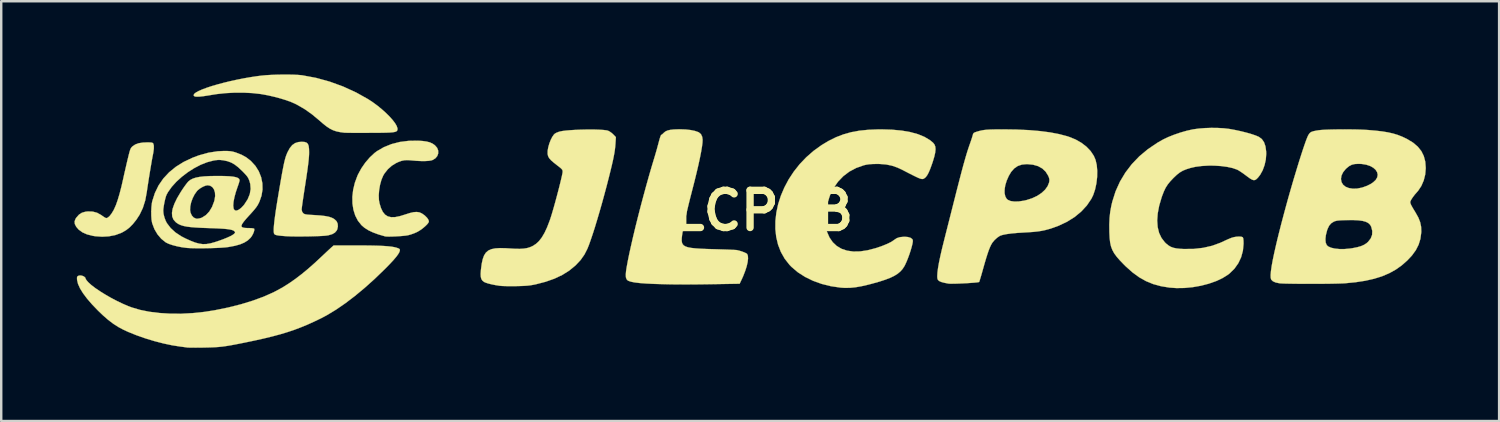
<source format=kicad_pcb>
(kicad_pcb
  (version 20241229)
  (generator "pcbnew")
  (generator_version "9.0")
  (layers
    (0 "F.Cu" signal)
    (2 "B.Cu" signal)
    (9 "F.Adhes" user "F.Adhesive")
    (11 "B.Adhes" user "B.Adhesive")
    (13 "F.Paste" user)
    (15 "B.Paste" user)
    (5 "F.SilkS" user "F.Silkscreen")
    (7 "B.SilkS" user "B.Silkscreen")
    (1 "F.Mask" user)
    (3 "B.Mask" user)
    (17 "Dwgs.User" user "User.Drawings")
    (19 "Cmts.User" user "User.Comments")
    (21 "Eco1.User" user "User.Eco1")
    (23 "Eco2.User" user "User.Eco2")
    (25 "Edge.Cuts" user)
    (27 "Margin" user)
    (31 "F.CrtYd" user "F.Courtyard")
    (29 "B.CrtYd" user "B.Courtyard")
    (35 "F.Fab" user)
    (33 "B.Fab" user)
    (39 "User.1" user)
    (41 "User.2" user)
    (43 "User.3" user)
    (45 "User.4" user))
  (footprint "JLCPCB"
    (layer "F.Cu")
    (at 27.638 5.58)
    (property "Reference" "JLCPCB" (at 0 0 0) (layer "F.SilkS") (effects (font (size 1.524 1.524) (thickness 0.3))))
    (attr through_hole)
    (fp_poly (pts (xy -24.559 -2.796) (xy -24.486 -2.791) (xy -24.443 -2.78) (xy -24.418 -2.762) (xy -24.409 -2.748) (xy -24.387 -2.664) (xy -24.387 -2.54) (xy -24.408 -2.381) (xy -24.419 -2.322) (xy -24.44 -2.216) (xy -24.467 -2.07) (xy -24.497 -1.894) (xy -24.53 -1.698) (xy -24.564 -1.492) (xy -24.597 -1.287) (xy -24.627 -1.092) (xy -24.654 -0.918) (xy -24.674 -0.775) (xy -24.675 -0.767) (xy -24.739 -0.421) (xy -24.837 -0.111) (xy -24.969 0.165) (xy -25.102 0.369) (xy -25.242 0.544) (xy -25.375 0.681) (xy -25.514 0.791) (xy -25.669 0.883) (xy -25.737 0.916) (xy -25.969 1) (xy -26.229 1.05) (xy -26.506 1.066) (xy -26.788 1.046) (xy -26.887 1.03) (xy -27.122 0.971) (xy -27.314 0.886) (xy -27.466 0.775) (xy -27.567 0.657) (xy -27.624 0.544) (xy -27.633 0.44) (xy -27.594 0.334) (xy -27.561 0.284) (xy -27.454 0.163) (xy -27.333 0.084) (xy -27.187 0.042) (xy -27.093 0.031) (xy -26.892 0.037) (xy -26.711 0.085) (xy -26.541 0.179) (xy -26.504 0.207) (xy -26.43 0.258) (xy -26.367 0.294) (xy -26.333 0.305) (xy -26.271 0.282) (xy -26.197 0.218) (xy -26.119 0.118) (xy -26.04 -0.011) (xy -26.018 -0.054) (xy -25.942 -0.224) (xy -25.867 -0.436) (xy -25.791 -0.691) (xy -25.713 -0.992) (xy -25.64 -1.312) (xy -25.6 -1.496) (xy -25.552 -1.704) (xy -25.504 -1.913) (xy -25.46 -2.101) (xy -25.448 -2.148) (xy -25.411 -2.3) (xy -25.382 -2.411) (xy -25.357 -2.49) (xy -25.334 -2.545) (xy -25.309 -2.584) (xy -25.278 -2.618) (xy -25.256 -2.638) (xy -25.145 -2.713) (xy -25.009 -2.763) (xy -24.838 -2.79) (xy -24.672 -2.797) (xy -24.559 -2.796)) (stroke (width 0.01) (type solid)) (fill yes) (layer "F.SilkS"))
    (fp_poly (pts (xy -18.887 -5.575) (xy -18.672 -5.571) (xy -18.484 -5.562) (xy -18.334 -5.549) (xy -18.306 -5.545) (xy -17.741 -5.44) (xy -17.18 -5.285) (xy -16.63 -5.085) (xy -16.096 -4.84) (xy -15.612 -4.569) (xy -15.421 -4.444) (xy -15.233 -4.306) (xy -15.053 -4.159) (xy -14.885 -4.009) (xy -14.735 -3.86) (xy -14.607 -3.718) (xy -14.507 -3.586) (xy -14.439 -3.471) (xy -14.408 -3.377) (xy -14.406 -3.361) (xy -14.407 -3.321) (xy -14.415 -3.288) (xy -14.435 -3.262) (xy -14.47 -3.24) (xy -14.525 -3.224) (xy -14.605 -3.211) (xy -14.714 -3.202) (xy -14.856 -3.196) (xy -15.035 -3.192) (xy -15.257 -3.19) (xy -15.524 -3.189) (xy -15.548 -3.189) (xy -15.765 -3.188) (xy -15.97 -3.188) (xy -16.155 -3.188) (xy -16.315 -3.189) (xy -16.443 -3.191) (xy -16.532 -3.192) (xy -16.577 -3.194) (xy -16.757 -3.218) (xy -16.909 -3.25) (xy -17.045 -3.296) (xy -17.175 -3.361) (xy -17.309 -3.449) (xy -17.458 -3.567) (xy -17.605 -3.695) (xy -17.903 -3.943) (xy -18.198 -4.153) (xy -18.507 -4.333) (xy -18.599 -4.38) (xy -18.765 -4.453) (xy -18.972 -4.528) (xy -19.206 -4.6) (xy -19.456 -4.666) (xy -19.712 -4.725) (xy -19.961 -4.771) (xy -20.019 -4.78) (xy -20.352 -4.817) (xy -20.715 -4.835) (xy -21.09 -4.834) (xy -21.461 -4.814) (xy -21.811 -4.776) (xy -21.937 -4.756) (xy -22.169 -4.718) (xy -22.355 -4.69) (xy -22.501 -4.674) (xy -22.609 -4.669) (xy -22.684 -4.674) (xy -22.731 -4.69) (xy -22.753 -4.717) (xy -22.756 -4.737) (xy -22.731 -4.787) (xy -22.661 -4.842) (xy -22.55 -4.903) (xy -22.401 -4.968) (xy -22.221 -5.035) (xy -22.012 -5.104) (xy -21.78 -5.172) (xy -21.529 -5.239) (xy -21.263 -5.304) (xy -20.988 -5.364) (xy -20.707 -5.42) (xy -20.425 -5.469) (xy -20.146 -5.511) (xy -19.966 -5.533) (xy -19.785 -5.55) (xy -19.576 -5.562) (xy -19.349 -5.571) (xy -19.116 -5.575) (xy -18.887 -5.575)) (stroke (width 0.01) (type solid)) (fill yes) (layer "F.SilkS"))
    (fp_poly (pts (xy -18.214 -2.815) (xy -18.133 -2.789) (xy -18.078 -2.737) (xy -18.045 -2.653) (xy -18.03 -2.531) (xy -18.027 -2.404) (xy -18.028 -2.312) (xy -18.034 -2.21) (xy -18.044 -2.091) (xy -18.059 -1.952) (xy -18.08 -1.787) (xy -18.107 -1.59) (xy -18.141 -1.357) (xy -18.183 -1.083) (xy -18.216 -0.873) (xy -18.245 -0.681) (xy -18.272 -0.501) (xy -18.295 -0.341) (xy -18.314 -0.208) (xy -18.326 -0.109) (xy -18.332 -0.052) (xy -18.332 -0.045) (xy -18.31 0.049) (xy -18.269 0.1) (xy -18.243 0.123) (xy -18.21 0.139) (xy -18.164 0.151) (xy -18.095 0.161) (xy -17.995 0.169) (xy -17.856 0.177) (xy -17.793 0.181) (xy -17.556 0.197) (xy -17.364 0.22) (xy -17.211 0.25) (xy -17.091 0.291) (xy -16.997 0.343) (xy -16.924 0.408) (xy -16.898 0.44) (xy -16.856 0.534) (xy -16.848 0.648) (xy -16.873 0.764) (xy -16.898 0.815) (xy -16.97 0.898) (xy -17.079 0.961) (xy -17.231 1.006) (xy -17.289 1.016) (xy -17.375 1.026) (xy -17.503 1.035) (xy -17.664 1.042) (xy -17.848 1.048) (xy -18.047 1.053) (xy -18.252 1.055) (xy -18.453 1.056) (xy -18.641 1.055) (xy -18.808 1.052) (xy -18.945 1.046) (xy -18.98 1.044) (xy -19.147 1.031) (xy -19.27 1.018) (xy -19.356 1.003) (xy -19.413 0.986) (xy -19.446 0.963) (xy -19.463 0.934) (xy -19.467 0.922) (xy -19.476 0.851) (xy -19.476 0.745) (xy -19.466 0.601) (xy -19.447 0.418) (xy -19.418 0.194) (xy -19.379 -0.075) (xy -19.329 -0.389) (xy -19.273 -0.725) (xy -19.221 -1.032) (xy -19.176 -1.293) (xy -19.137 -1.514) (xy -19.102 -1.698) (xy -19.072 -1.852) (xy -19.045 -1.979) (xy -19.019 -2.084) (xy -18.995 -2.172) (xy -18.97 -2.248) (xy -18.944 -2.316) (xy -18.916 -2.381) (xy -18.908 -2.399) (xy -18.816 -2.567) (xy -18.716 -2.689) (xy -18.599 -2.769) (xy -18.462 -2.812) (xy -18.327 -2.822) (xy -18.214 -2.815)) (stroke (width 0.01) (type solid)) (fill yes) (layer "F.SilkS"))
    (fp_poly (pts (xy -13.379 -2.855) (xy -13.214 -2.832) (xy -13.081 -2.798) (xy -12.971 -2.748) (xy -12.875 -2.681) (xy -12.87 -2.676) (xy -12.782 -2.574) (xy -12.739 -2.461) (xy -12.738 -2.346) (xy -12.777 -2.237) (xy -12.854 -2.145) (xy -12.967 -2.077) (xy -13.02 -2.059) (xy -13.123 -2.042) (xy -13.266 -2.033) (xy -13.438 -2.033) (xy -13.628 -2.042) (xy -13.813 -2.058) (xy -13.977 -2.071) (xy -14.11 -2.067) (xy -14.23 -2.044) (xy -14.357 -1.999) (xy -14.462 -1.951) (xy -14.637 -1.844) (xy -14.8 -1.699) (xy -14.935 -1.53) (xy -14.992 -1.436) (xy -15.065 -1.262) (xy -15.121 -1.059) (xy -15.158 -0.843) (xy -15.174 -0.629) (xy -15.166 -0.432) (xy -15.143 -0.305) (xy -15.082 -0.106) (xy -15.007 0.049) (xy -14.916 0.161) (xy -14.803 0.233) (xy -14.667 0.266) (xy -14.502 0.263) (xy -14.305 0.223) (xy -14.096 0.158) (xy -13.904 0.097) (xy -13.748 0.061) (xy -13.619 0.052) (xy -13.507 0.069) (xy -13.405 0.114) (xy -13.303 0.186) (xy -13.282 0.203) (xy -13.192 0.293) (xy -13.136 0.379) (xy -13.12 0.444) (xy -13.14 0.494) (xy -13.195 0.563) (xy -13.276 0.642) (xy -13.373 0.724) (xy -13.479 0.8) (xy -13.584 0.863) (xy -13.61 0.876) (xy -13.728 0.928) (xy -13.859 0.974) (xy -13.971 1.005) (xy -14.056 1.019) (xy -14.173 1.032) (xy -14.31 1.043) (xy -14.456 1.052) (xy -14.599 1.058) (xy -14.729 1.061) (xy -14.834 1.06) (xy -14.902 1.054) (xy -14.912 1.052) (xy -15.185 0.973) (xy -15.413 0.889) (xy -15.603 0.799) (xy -15.759 0.699) (xy -15.881 0.594) (xy -16.026 0.413) (xy -16.136 0.201) (xy -16.211 -0.037) (xy -16.251 -0.296) (xy -16.255 -0.571) (xy -16.222 -0.855) (xy -16.153 -1.143) (xy -16.047 -1.43) (xy -16.02 -1.489) (xy -15.886 -1.735) (xy -15.723 -1.97) (xy -15.54 -2.183) (xy -15.347 -2.363) (xy -15.247 -2.438) (xy -14.964 -2.602) (xy -14.651 -2.728) (xy -14.311 -2.815) (xy -13.948 -2.861) (xy -13.585 -2.867) (xy -13.379 -2.855)) (stroke (width 0.01) (type solid)) (fill yes) (layer "F.SilkS"))
    (fp_poly (pts (xy -2.603 -3.326) (xy -2.396 -3.303) (xy -2.218 -3.266) (xy -2.079 -3.217) (xy -2.062 -3.208) (xy -1.976 -3.136) (xy -1.925 -3.028) (xy -1.908 -2.902) (xy -1.914 -2.782) (xy -1.935 -2.616) (xy -1.97 -2.408) (xy -2.019 -2.159) (xy -2.081 -1.872) (xy -2.156 -1.551) (xy -2.243 -1.197) (xy -2.341 -0.815) (xy -2.351 -0.775) (xy -2.42 -0.508) (xy -2.487 -0.237) (xy -2.55 0.029) (xy -2.608 0.283) (xy -2.659 0.517) (xy -2.7 0.723) (xy -2.732 0.895) (xy -2.749 1.008) (xy -2.762 1.124) (xy -2.765 1.222) (xy -2.754 1.304) (xy -2.726 1.371) (xy -2.677 1.425) (xy -2.603 1.468) (xy -2.501 1.501) (xy -2.366 1.526) (xy -2.195 1.544) (xy -1.985 1.558) (xy -1.731 1.569) (xy -1.438 1.577) (xy -1.23 1.583) (xy -1.036 1.589) (xy -0.861 1.595) (xy -0.713 1.602) (xy -0.598 1.607) (xy -0.523 1.612) (xy -0.498 1.615) (xy -0.394 1.641) (xy -0.286 1.675) (xy -0.189 1.713) (xy -0.116 1.748) (xy -0.083 1.773) (xy -0.053 1.85) (xy -0.047 1.964) (xy -0.064 2.109) (xy -0.103 2.279) (xy -0.163 2.467) (xy -0.241 2.668) (xy -0.296 2.792) (xy -0.391 2.992) (xy -1.42 3.009) (xy -1.803 3.015) (xy -2.144 3.019) (xy -2.449 3.021) (xy -2.728 3.021) (xy -2.989 3.02) (xy -3.238 3.017) (xy -3.486 3.011) (xy -3.739 3.004) (xy -3.928 2.998) (xy -4.23 2.983) (xy -4.482 2.964) (xy -4.684 2.94) (xy -4.838 2.91) (xy -4.943 2.875) (xy -4.982 2.853) (xy -5.025 2.802) (xy -5.05 2.726) (xy -5.055 2.618) (xy -5.043 2.472) (xy -5.022 2.333) (xy -4.974 2.07) (xy -4.912 1.765) (xy -4.837 1.425) (xy -4.752 1.055) (xy -4.658 0.663) (xy -4.556 0.255) (xy -4.449 -0.163) (xy -4.337 -0.584) (xy -4.223 -1.002) (xy -4.109 -1.411) (xy -3.995 -1.803) (xy -3.883 -2.173) (xy -3.875 -2.199) (xy -3.832 -2.345) (xy -3.783 -2.515) (xy -3.737 -2.686) (xy -3.709 -2.79) (xy -3.677 -2.908) (xy -3.648 -3.005) (xy -3.623 -3.073) (xy -3.607 -3.102) (xy -3.606 -3.102) (xy -3.575 -3.119) (xy -3.526 -3.162) (xy -3.501 -3.188) (xy -3.435 -3.242) (xy -3.349 -3.283) (xy -3.236 -3.31) (xy -3.09 -3.327) (xy -2.902 -3.334) (xy -2.829 -3.334) (xy -2.603 -3.326)) (stroke (width 0.01) (type solid)) (fill yes) (layer "F.SilkS"))
    (fp_poly (pts (xy -15.726 1.425) (xy -15.433 1.429) (xy -15.182 1.435) (xy -14.971 1.445) (xy -14.795 1.458) (xy -14.65 1.474) (xy -14.533 1.494) (xy -14.439 1.518) (xy -14.429 1.522) (xy -14.354 1.549) (xy -14.317 1.575) (xy -14.308 1.608) (xy -14.309 1.627) (xy -14.328 1.694) (xy -14.376 1.779) (xy -14.454 1.885) (xy -14.565 2.016) (xy -14.71 2.173) (xy -14.892 2.359) (xy -14.936 2.403) (xy -15.344 2.797) (xy -15.751 3.162) (xy -16.152 3.495) (xy -16.544 3.793) (xy -16.924 4.054) (xy -17.287 4.274) (xy -17.539 4.408) (xy -17.822 4.544) (xy -18.094 4.667) (xy -18.361 4.777) (xy -18.63 4.879) (xy -18.908 4.972) (xy -19.202 5.061) (xy -19.518 5.146) (xy -19.862 5.23) (xy -20.242 5.315) (xy -20.664 5.403) (xy -20.773 5.425) (xy -21.021 5.474) (xy -21.23 5.513) (xy -21.411 5.543) (xy -21.574 5.566) (xy -21.731 5.582) (xy -21.89 5.593) (xy -22.065 5.6) (xy -22.264 5.605) (xy -22.349 5.607) (xy -22.522 5.609) (xy -22.68 5.61) (xy -22.817 5.609) (xy -22.923 5.608) (xy -22.991 5.606) (xy -23.01 5.605) (xy -23.064 5.597) (xy -23.152 5.585) (xy -23.259 5.571) (xy -23.302 5.566) (xy -23.634 5.514) (xy -23.993 5.438) (xy -24.367 5.341) (xy -24.742 5.227) (xy -25.104 5.1) (xy -25.44 4.964) (xy -25.616 4.884) (xy -25.835 4.768) (xy -26.046 4.633) (xy -26.258 4.472) (xy -26.479 4.279) (xy -26.673 4.093) (xy -26.917 3.839) (xy -27.122 3.601) (xy -27.287 3.381) (xy -27.411 3.18) (xy -27.492 3) (xy -27.53 2.843) (xy -27.531 2.831) (xy -27.535 2.751) (xy -27.526 2.706) (xy -27.5 2.679) (xy -27.485 2.67) (xy -27.413 2.652) (xy -27.331 2.662) (xy -27.255 2.692) (xy -27.199 2.737) (xy -27.18 2.787) (xy -27.163 2.821) (xy -27.12 2.878) (xy -27.072 2.932) (xy -26.95 3.044) (xy -26.788 3.168) (xy -26.595 3.299) (xy -26.379 3.433) (xy -26.149 3.566) (xy -25.912 3.691) (xy -25.676 3.805) (xy -25.451 3.903) (xy -25.297 3.961) (xy -24.952 4.063) (xy -24.57 4.14) (xy -24.155 4.191) (xy -23.716 4.218) (xy -23.259 4.22) (xy -22.789 4.195) (xy -22.314 4.145) (xy -21.895 4.079) (xy -21.341 3.966) (xy -20.818 3.834) (xy -20.332 3.685) (xy -19.885 3.521) (xy -19.48 3.341) (xy -19.121 3.148) (xy -19.096 3.132) (xy -18.839 2.97) (xy -18.588 2.795) (xy -18.337 2.603) (xy -18.076 2.388) (xy -17.798 2.143) (xy -17.539 1.902) (xy -17.422 1.792) (xy -17.313 1.69) (xy -17.219 1.602) (xy -17.146 1.535) (xy -17.106 1.499) (xy -17.022 1.425) (xy -16.067 1.424) (xy -15.726 1.425)) (stroke (width 0.01) (type solid)) (fill yes) (layer "F.SilkS"))
    (fp_poly (pts (xy -6.299 -3.323) (xy -6.118 -3.316) (xy -5.965 -3.306) (xy -5.848 -3.292) (xy -5.784 -3.277) (xy -5.71 -3.239) (xy -5.625 -3.178) (xy -5.571 -3.128) (xy -5.46 -3.014) (xy -5.477 -2.75) (xy -5.487 -2.626) (xy -5.501 -2.5) (xy -5.521 -2.367) (xy -5.549 -2.218) (xy -5.584 -2.047) (xy -5.63 -1.847) (xy -5.687 -1.612) (xy -5.748 -1.367) (xy -5.84 -1.008) (xy -5.936 -0.65) (xy -6.033 -0.297) (xy -6.131 0.045) (xy -6.227 0.37) (xy -6.319 0.674) (xy -6.407 0.949) (xy -6.489 1.192) (xy -6.562 1.396) (xy -6.626 1.557) (xy -6.628 1.561) (xy -6.749 1.798) (xy -6.903 2.017) (xy -7.099 2.227) (xy -7.119 2.246) (xy -7.369 2.452) (xy -7.654 2.631) (xy -7.977 2.784) (xy -8.341 2.912) (xy -8.746 3.017) (xy -8.863 3.04) (xy -8.973 3.058) (xy -9.086 3.071) (xy -9.217 3.08) (xy -9.375 3.086) (xy -9.547 3.09) (xy -9.716 3.091) (xy -9.878 3.091) (xy -10.024 3.088) (xy -10.142 3.083) (xy -10.22 3.076) (xy -10.22 3.076) (xy -10.396 3.048) (xy -10.559 3.015) (xy -10.698 2.98) (xy -10.805 2.944) (xy -10.857 2.92) (xy -10.925 2.867) (xy -10.97 2.8) (xy -10.994 2.71) (xy -11 2.59) (xy -10.989 2.43) (xy -10.986 2.403) (xy -10.956 2.174) (xy -10.915 1.986) (xy -10.86 1.835) (xy -10.786 1.719) (xy -10.688 1.634) (xy -10.561 1.577) (xy -10.402 1.544) (xy -10.205 1.532) (xy -9.966 1.538) (xy -9.813 1.547) (xy -9.581 1.561) (xy -9.389 1.563) (xy -9.23 1.553) (xy -9.095 1.531) (xy -8.976 1.495) (xy -8.877 1.451) (xy -8.739 1.364) (xy -8.612 1.248) (xy -8.495 1.097) (xy -8.384 0.909) (xy -8.277 0.68) (xy -8.171 0.404) (xy -8.137 0.305) (xy -8.099 0.185) (xy -8.054 0.035) (xy -8.004 -0.138) (xy -7.951 -0.327) (xy -7.897 -0.526) (xy -7.844 -0.726) (xy -7.793 -0.922) (xy -7.747 -1.105) (xy -7.707 -1.269) (xy -7.675 -1.408) (xy -7.653 -1.513) (xy -7.642 -1.578) (xy -7.642 -1.586) (xy -7.643 -1.63) (xy -7.653 -1.666) (xy -7.678 -1.702) (xy -7.725 -1.747) (xy -7.8 -1.808) (xy -7.882 -1.871) (xy -8.017 -1.978) (xy -8.115 -2.064) (xy -8.182 -2.138) (xy -8.225 -2.206) (xy -8.248 -2.277) (xy -8.257 -2.334) (xy -8.255 -2.457) (xy -8.23 -2.599) (xy -8.187 -2.75) (xy -8.131 -2.895) (xy -8.066 -3.023) (xy -7.998 -3.12) (xy -7.957 -3.158) (xy -7.896 -3.192) (xy -7.809 -3.226) (xy -7.754 -3.243) (xy -7.648 -3.264) (xy -7.504 -3.282) (xy -7.33 -3.297) (xy -7.135 -3.309) (xy -6.925 -3.318) (xy -6.711 -3.323) (xy -6.5 -3.325) (xy -6.299 -3.323)) (stroke (width 0.01) (type solid)) (fill yes) (layer "F.SilkS"))
    (fp_poly (pts (xy 5.845 -3.318) (xy 6.245 -3.281) (xy 6.601 -3.219) (xy 6.914 -3.133) (xy 7.183 -3.022) (xy 7.409 -2.886) (xy 7.531 -2.785) (xy 7.588 -2.714) (xy 7.623 -2.627) (xy 7.633 -2.518) (xy 7.62 -2.383) (xy 7.583 -2.216) (xy 7.522 -2.012) (xy 7.484 -1.901) (xy 7.414 -1.708) (xy 7.35 -1.56) (xy 7.292 -1.452) (xy 7.235 -1.377) (xy 7.206 -1.35) (xy 7.172 -1.325) (xy 7.141 -1.306) (xy 7.106 -1.297) (xy 7.064 -1.299) (xy 7.008 -1.313) (xy 6.934 -1.341) (xy 6.837 -1.386) (xy 6.711 -1.448) (xy 6.55 -1.529) (xy 6.351 -1.632) (xy 6.306 -1.656) (xy 6.065 -1.769) (xy 5.837 -1.846) (xy 5.607 -1.893) (xy 5.355 -1.913) (xy 5.225 -1.915) (xy 5.053 -1.911) (xy 4.915 -1.902) (xy 4.797 -1.884) (xy 4.694 -1.86) (xy 4.385 -1.751) (xy 4.105 -1.603) (xy 3.856 -1.415) (xy 3.639 -1.189) (xy 3.458 -0.929) (xy 3.312 -0.634) (xy 3.204 -0.308) (xy 3.188 -0.242) (xy 3.163 -0.102) (xy 3.147 0.065) (xy 3.138 0.245) (xy 3.138 0.427) (xy 3.145 0.598) (xy 3.161 0.746) (xy 3.185 0.857) (xy 3.187 0.864) (xy 3.289 1.098) (xy 3.423 1.292) (xy 3.588 1.447) (xy 3.784 1.562) (xy 4.009 1.637) (xy 4.262 1.673) (xy 4.542 1.668) (xy 4.849 1.622) (xy 5.182 1.535) (xy 5.242 1.516) (xy 5.475 1.434) (xy 5.67 1.353) (xy 5.824 1.276) (xy 5.931 1.203) (xy 5.939 1.197) (xy 6.047 1.125) (xy 6.179 1.083) (xy 6.346 1.068) (xy 6.364 1.068) (xy 6.504 1.079) (xy 6.612 1.112) (xy 6.681 1.164) (xy 6.701 1.205) (xy 6.702 1.268) (xy 6.685 1.368) (xy 6.653 1.495) (xy 6.61 1.641) (xy 6.559 1.796) (xy 6.502 1.95) (xy 6.443 2.095) (xy 6.385 2.221) (xy 6.354 2.279) (xy 6.28 2.392) (xy 6.189 2.493) (xy 6.078 2.585) (xy 5.941 2.67) (xy 5.775 2.75) (xy 5.574 2.827) (xy 5.334 2.905) (xy 5.051 2.985) (xy 4.894 3.026) (xy 4.611 3.092) (xy 4.362 3.136) (xy 4.135 3.159) (xy 3.919 3.162) (xy 3.744 3.151) (xy 3.347 3.093) (xy 2.969 2.999) (xy 2.614 2.871) (xy 2.287 2.711) (xy 1.992 2.522) (xy 1.736 2.305) (xy 1.651 2.217) (xy 1.453 1.965) (xy 1.298 1.69) (xy 1.183 1.394) (xy 1.108 1.081) (xy 1.072 0.755) (xy 1.074 0.419) (xy 1.113 0.077) (xy 1.187 -0.268) (xy 1.297 -0.611) (xy 1.441 -0.95) (xy 1.617 -1.281) (xy 1.826 -1.599) (xy 2.066 -1.903) (xy 2.337 -2.187) (xy 2.636 -2.449) (xy 2.962 -2.684) (xy 3.261 -2.863) (xy 3.558 -3.01) (xy 3.86 -3.126) (xy 4.177 -3.215) (xy 4.515 -3.277) (xy 4.883 -3.314) (xy 5.287 -3.33) (xy 5.403 -3.331) (xy 5.845 -3.318)) (stroke (width 0.01) (type solid)) (fill yes) (layer "F.SilkS"))
    (fp_poly (pts (xy 19.193 -3.389) (xy 19.441 -3.375) (xy 19.658 -3.35) (xy 19.677 -3.347) (xy 19.916 -3.303) (xy 20.151 -3.252) (xy 20.374 -3.196) (xy 20.575 -3.138) (xy 20.744 -3.081) (xy 20.873 -3.026) (xy 20.879 -3.023) (xy 20.999 -2.934) (xy 21.089 -2.804) (xy 21.148 -2.634) (xy 21.176 -2.424) (xy 21.179 -2.328) (xy 21.162 -2.097) (xy 21.111 -1.868) (xy 21.033 -1.654) (xy 20.929 -1.467) (xy 20.842 -1.356) (xy 20.781 -1.295) (xy 20.726 -1.259) (xy 20.669 -1.25) (xy 20.602 -1.27) (xy 20.516 -1.319) (xy 20.404 -1.4) (xy 20.352 -1.439) (xy 20.243 -1.52) (xy 20.136 -1.593) (xy 20.045 -1.651) (xy 19.984 -1.683) (xy 19.8 -1.747) (xy 19.578 -1.795) (xy 19.329 -1.828) (xy 19.064 -1.845) (xy 18.794 -1.846) (xy 18.531 -1.83) (xy 18.284 -1.798) (xy 18.085 -1.753) (xy 17.908 -1.698) (xy 17.766 -1.64) (xy 17.642 -1.568) (xy 17.522 -1.475) (xy 17.389 -1.35) (xy 17.376 -1.337) (xy 17.245 -1.198) (xy 17.141 -1.069) (xy 17.057 -0.936) (xy 16.985 -0.785) (xy 16.914 -0.601) (xy 16.895 -0.547) (xy 16.794 -0.205) (xy 16.734 0.113) (xy 16.713 0.405) (xy 16.732 0.671) (xy 16.79 0.909) (xy 16.889 1.117) (xy 17.026 1.295) (xy 17.08 1.347) (xy 17.174 1.423) (xy 17.268 1.479) (xy 17.372 1.518) (xy 17.498 1.545) (xy 17.656 1.562) (xy 17.8 1.569) (xy 18.206 1.566) (xy 18.594 1.522) (xy 18.96 1.438) (xy 19.298 1.315) (xy 19.367 1.283) (xy 19.488 1.227) (xy 19.608 1.173) (xy 19.711 1.13) (xy 19.756 1.112) (xy 19.857 1.083) (xy 19.969 1.065) (xy 20.075 1.06) (xy 20.163 1.067) (xy 20.218 1.088) (xy 20.22 1.09) (xy 20.237 1.135) (xy 20.247 1.227) (xy 20.25 1.355) (xy 20.224 1.637) (xy 20.152 1.904) (xy 20.035 2.152) (xy 19.877 2.375) (xy 19.679 2.569) (xy 19.616 2.619) (xy 19.389 2.761) (xy 19.122 2.886) (xy 18.825 2.99) (xy 18.506 3.073) (xy 18.173 3.132) (xy 17.836 3.165) (xy 17.503 3.17) (xy 17.216 3.15) (xy 16.868 3.093) (xy 16.549 3.006) (xy 16.251 2.884) (xy 15.968 2.724) (xy 15.693 2.522) (xy 15.417 2.275) (xy 15.357 2.215) (xy 15.187 2.039) (xy 15.053 1.885) (xy 14.95 1.745) (xy 14.875 1.607) (xy 14.821 1.463) (xy 14.786 1.303) (xy 14.765 1.118) (xy 14.754 0.898) (xy 14.753 0.875) (xy 14.75 0.567) (xy 14.762 0.293) (xy 14.79 0.039) (xy 14.836 -0.21) (xy 14.874 -0.37) (xy 15.008 -0.792) (xy 15.187 -1.189) (xy 15.41 -1.561) (xy 15.675 -1.908) (xy 15.982 -2.228) (xy 16.331 -2.519) (xy 16.72 -2.782) (xy 16.959 -2.918) (xy 17.163 -3.015) (xy 17.401 -3.11) (xy 17.657 -3.198) (xy 17.915 -3.272) (xy 18.159 -3.327) (xy 18.192 -3.333) (xy 18.412 -3.363) (xy 18.662 -3.383) (xy 18.928 -3.392) (xy 19.193 -3.389)) (stroke (width 0.01) (type solid)) (fill yes) (layer "F.SilkS"))
    (fp_poly (pts (xy 10.957 -3.323) (xy 11.459 -3.3) (xy 11.914 -3.261) (xy 12.325 -3.207) (xy 12.694 -3.137) (xy 13.02 -3.051) (xy 13.103 -3.024) (xy 13.368 -2.917) (xy 13.607 -2.781) (xy 13.815 -2.621) (xy 13.986 -2.442) (xy 14.116 -2.247) (xy 14.186 -2.085) (xy 14.236 -1.873) (xy 14.257 -1.633) (xy 14.252 -1.377) (xy 14.222 -1.118) (xy 14.168 -0.868) (xy 14.092 -0.641) (xy 14.016 -0.486) (xy 13.83 -0.212) (xy 13.6 0.036) (xy 13.331 0.258) (xy 13.023 0.451) (xy 12.68 0.614) (xy 12.45 0.699) (xy 12.282 0.752) (xy 12.129 0.794) (xy 11.98 0.826) (xy 11.821 0.85) (xy 11.643 0.869) (xy 11.432 0.884) (xy 11.289 0.892) (xy 10.996 0.91) (xy 10.748 0.932) (xy 10.546 0.959) (xy 10.391 0.99) (xy 10.284 1.024) (xy 10.269 1.031) (xy 10.159 1.105) (xy 10.049 1.205) (xy 9.961 1.312) (xy 9.952 1.325) (xy 9.906 1.406) (xy 9.861 1.502) (xy 9.813 1.621) (xy 9.763 1.767) (xy 9.706 1.947) (xy 9.641 2.167) (xy 9.597 2.323) (xy 9.551 2.487) (xy 9.509 2.635) (xy 9.472 2.758) (xy 9.444 2.851) (xy 9.426 2.907) (xy 9.42 2.919) (xy 9.388 2.929) (xy 9.313 2.939) (xy 9.204 2.949) (xy 9.071 2.959) (xy 8.921 2.969) (xy 8.764 2.977) (xy 8.608 2.984) (xy 8.462 2.989) (xy 8.334 2.991) (xy 8.233 2.991) (xy 8.168 2.987) (xy 8.162 2.986) (xy 8.005 2.956) (xy 7.89 2.927) (xy 7.811 2.896) (xy 7.769 2.87) (xy 7.731 2.833) (xy 7.712 2.788) (xy 7.704 2.718) (xy 7.704 2.671) (xy 7.712 2.529) (xy 7.736 2.346) (xy 7.776 2.118) (xy 7.833 1.847) (xy 7.906 1.53) (xy 7.997 1.166) (xy 7.999 1.157) (xy 8.051 0.951) (xy 8.113 0.707) (xy 8.181 0.44) (xy 8.252 0.159) (xy 8.323 -0.121) (xy 8.391 -0.39) (xy 8.431 -0.547) (xy 8.473 -0.715) (xy 10.462 -0.715) (xy 10.491 -0.584) (xy 10.549 -0.484) (xy 10.597 -0.443) (xy 10.71 -0.395) (xy 10.862 -0.374) (xy 11.044 -0.379) (xy 11.252 -0.41) (xy 11.354 -0.433) (xy 11.587 -0.508) (xy 11.796 -0.606) (xy 11.975 -0.725) (xy 12.12 -0.859) (xy 12.225 -1.005) (xy 12.286 -1.158) (xy 12.292 -1.19) (xy 12.298 -1.269) (xy 12.283 -1.345) (xy 12.248 -1.431) (xy 12.145 -1.597) (xy 12.006 -1.729) (xy 11.833 -1.825) (xy 11.626 -1.884) (xy 11.388 -1.907) (xy 11.366 -1.907) (xy 11.17 -1.888) (xy 11.002 -1.831) (xy 10.857 -1.732) (xy 10.731 -1.589) (xy 10.635 -1.428) (xy 10.549 -1.234) (xy 10.491 -1.047) (xy 10.462 -0.872) (xy 10.462 -0.715) (xy 8.473 -0.715) (xy 8.529 -0.934) (xy 8.617 -1.275) (xy 8.695 -1.574) (xy 8.765 -1.836) (xy 8.829 -2.064) (xy 8.886 -2.261) (xy 8.938 -2.432) (xy 8.987 -2.581) (xy 9.027 -2.698) (xy 9.071 -2.822) (xy 9.11 -2.938) (xy 9.14 -3.034) (xy 9.156 -3.089) (xy 9.173 -3.148) (xy 9.199 -3.184) (xy 9.247 -3.21) (xy 9.326 -3.236) (xy 9.422 -3.264) (xy 9.515 -3.286) (xy 9.612 -3.303) (xy 9.722 -3.315) (xy 9.853 -3.323) (xy 10.012 -3.328) (xy 10.207 -3.33) (xy 10.409 -3.331) (xy 10.957 -3.323)) (stroke (width 0.01) (type solid)) (fill yes) (layer "F.SilkS"))
    (fp_poly (pts (xy 24.639 -3.329) (xy 24.863 -3.326) (xy 25.07 -3.32) (xy 25.253 -3.311) (xy 25.349 -3.305) (xy 25.661 -3.278) (xy 25.931 -3.247) (xy 26.166 -3.208) (xy 26.375 -3.161) (xy 26.566 -3.103) (xy 26.747 -3.032) (xy 26.926 -2.947) (xy 26.96 -2.929) (xy 27.198 -2.784) (xy 27.388 -2.621) (xy 27.533 -2.44) (xy 27.634 -2.235) (xy 27.694 -2.006) (xy 27.713 -1.748) (xy 27.713 -1.743) (xy 27.692 -1.485) (xy 27.63 -1.238) (xy 27.532 -1.012) (xy 27.401 -0.815) (xy 27.351 -0.758) (xy 27.264 -0.659) (xy 27.187 -0.557) (xy 27.125 -0.464) (xy 27.087 -0.389) (xy 27.078 -0.352) (xy 27.084 -0.31) (xy 27.105 -0.253) (xy 27.145 -0.176) (xy 27.206 -0.07) (xy 27.292 0.071) (xy 27.295 0.076) (xy 27.409 0.28) (xy 27.484 0.469) (xy 27.523 0.656) (xy 27.531 0.853) (xy 27.528 0.9) (xy 27.494 1.155) (xy 27.421 1.391) (xy 27.307 1.616) (xy 27.149 1.834) (xy 26.959 2.037) (xy 26.729 2.24) (xy 26.482 2.415) (xy 26.213 2.563) (xy 25.919 2.688) (xy 25.594 2.789) (xy 25.235 2.87) (xy 24.836 2.931) (xy 24.396 2.974) (xy 24.289 2.979) (xy 24.144 2.984) (xy 23.966 2.988) (xy 23.762 2.992) (xy 23.539 2.994) (xy 23.303 2.996) (xy 23.061 2.996) (xy 22.82 2.996) (xy 22.585 2.995) (xy 22.365 2.993) (xy 22.166 2.99) (xy 21.993 2.987) (xy 21.855 2.982) (xy 21.757 2.977) (xy 21.722 2.973) (xy 21.565 2.941) (xy 21.451 2.89) (xy 21.383 2.823) (xy 21.38 2.817) (xy 21.362 2.746) (xy 21.359 2.631) (xy 21.373 2.471) (xy 21.402 2.266) (xy 21.448 2.015) (xy 21.51 1.719) (xy 21.588 1.376) (xy 21.637 1.172) (xy 23.603 1.172) (xy 23.615 1.308) (xy 23.658 1.41) (xy 23.71 1.46) (xy 23.829 1.515) (xy 23.987 1.552) (xy 24.176 1.571) (xy 24.386 1.571) (xy 24.61 1.551) (xy 24.715 1.535) (xy 24.911 1.496) (xy 25.066 1.451) (xy 25.19 1.396) (xy 25.293 1.328) (xy 25.353 1.274) (xy 25.459 1.138) (xy 25.516 0.99) (xy 25.523 0.83) (xy 25.481 0.662) (xy 25.434 0.576) (xy 25.363 0.508) (xy 25.263 0.456) (xy 25.131 0.419) (xy 24.962 0.396) (xy 24.752 0.385) (xy 24.497 0.386) (xy 24.477 0.386) (xy 24.315 0.391) (xy 24.194 0.397) (xy 24.105 0.405) (xy 24.037 0.418) (xy 23.982 0.435) (xy 23.948 0.449) (xy 23.84 0.517) (xy 23.756 0.614) (xy 23.691 0.75) (xy 23.67 0.81) (xy 23.621 1.005) (xy 23.603 1.172) (xy 21.637 1.172) (xy 21.682 0.986) (xy 21.793 0.549) (xy 21.908 0.114) (xy 21.991 -0.192) (xy 22.077 -0.505) (xy 22.167 -0.82) (xy 22.257 -1.132) (xy 22.307 -1.3) (xy 24.24 -1.3) (xy 24.263 -1.173) (xy 24.325 -1.066) (xy 24.427 -0.982) (xy 24.564 -0.927) (xy 24.727 -0.901) (xy 24.908 -0.907) (xy 25.097 -0.945) (xy 25.122 -0.952) (xy 25.306 -1.018) (xy 25.458 -1.094) (xy 25.555 -1.159) (xy 25.664 -1.26) (xy 25.726 -1.367) (xy 25.745 -1.473) (xy 25.721 -1.577) (xy 25.66 -1.674) (xy 25.564 -1.76) (xy 25.435 -1.831) (xy 25.277 -1.884) (xy 25.093 -1.914) (xy 24.968 -1.919) (xy 24.812 -1.912) (xy 24.688 -1.884) (xy 24.58 -1.829) (xy 24.471 -1.741) (xy 24.431 -1.703) (xy 24.326 -1.572) (xy 24.261 -1.435) (xy 24.24 -1.3) (xy 22.307 -1.3) (xy 22.348 -1.437) (xy 22.437 -1.731) (xy 22.522 -2.009) (xy 22.604 -2.266) (xy 22.679 -2.497) (xy 22.747 -2.698) (xy 22.806 -2.865) (xy 22.856 -2.993) (xy 22.893 -3.077) (xy 22.899 -3.088) (xy 22.939 -3.152) (xy 22.982 -3.198) (xy 23.038 -3.231) (xy 23.119 -3.257) (xy 23.233 -3.28) (xy 23.328 -3.295) (xy 23.43 -3.306) (xy 23.574 -3.315) (xy 23.752 -3.322) (xy 23.956 -3.327) (xy 24.178 -3.33) (xy 24.408 -3.331) (xy 24.639 -3.329)) (stroke (width 0.01) (type solid)) (fill yes) (layer "F.SilkS"))
    (fp_poly (pts (xy -21.368 -2.444) (xy -21.26 -2.437) (xy -21.168 -2.422) (xy -21.075 -2.398) (xy -21.014 -2.378) (xy -20.788 -2.289) (xy -20.597 -2.182) (xy -20.423 -2.047) (xy -20.405 -2.03) (xy -20.225 -1.833) (xy -20.087 -1.612) (xy -19.992 -1.373) (xy -19.941 -1.122) (xy -19.935 -0.866) (xy -19.977 -0.61) (xy -20.061 -0.371) (xy -20.102 -0.286) (xy -20.144 -0.211) (xy -20.195 -0.136) (xy -20.261 -0.053) (xy -20.348 0.048) (xy -20.464 0.176) (xy -20.473 0.185) (xy -20.609 0.336) (xy -20.708 0.455) (xy -20.771 0.547) (xy -20.797 0.614) (xy -20.788 0.661) (xy -20.742 0.69) (xy -20.66 0.706) (xy -20.543 0.712) (xy -20.496 0.712) (xy -20.395 0.715) (xy -20.319 0.724) (xy -20.278 0.736) (xy -20.276 0.739) (xy -20.27 0.789) (xy -20.289 0.866) (xy -20.327 0.957) (xy -20.378 1.047) (xy -20.425 1.11) (xy -20.539 1.217) (xy -20.679 1.305) (xy -20.851 1.378) (xy -21.06 1.437) (xy -21.314 1.485) (xy -21.345 1.49) (xy -21.466 1.504) (xy -21.628 1.516) (xy -21.819 1.526) (xy -22.029 1.533) (xy -22.248 1.538) (xy -22.464 1.54) (xy -22.668 1.539) (xy -22.848 1.535) (xy -22.993 1.528) (xy -23.048 1.523) (xy -23.247 1.496) (xy -23.441 1.457) (xy -23.621 1.41) (xy -23.774 1.358) (xy -23.889 1.304) (xy -23.902 1.295) (xy -24.081 1.152) (xy -24.236 0.97) (xy -24.361 0.759) (xy -24.449 0.529) (xy -24.461 0.483) (xy -24.482 0.358) (xy -24.492 0.2) (xy -24.493 0.026) (xy -24.493 0.018) (xy -24.001 0.018) (xy -23.988 0.137) (xy -23.953 0.276) (xy -23.903 0.411) (xy -23.852 0.509) (xy -23.699 0.71) (xy -23.503 0.89) (xy -23.263 1.049) (xy -23.099 1.134) (xy -22.882 1.232) (xy -22.697 1.304) (xy -22.533 1.349) (xy -22.381 1.37) (xy -22.23 1.366) (xy -22.069 1.339) (xy -21.889 1.289) (xy -21.792 1.258) (xy -21.577 1.182) (xy -21.394 1.109) (xy -21.247 1.042) (xy -21.142 0.982) (xy -21.088 0.938) (xy -21.059 0.899) (xy -21.066 0.868) (xy -21.088 0.842) (xy -21.124 0.814) (xy -21.183 0.791) (xy -21.267 0.771) (xy -21.381 0.754) (xy -21.53 0.74) (xy -21.718 0.729) (xy -21.949 0.719) (xy -22.157 0.712) (xy -22.437 0.702) (xy -22.673 0.689) (xy -22.868 0.673) (xy -23.03 0.653) (xy -23.162 0.627) (xy -23.271 0.595) (xy -23.363 0.555) (xy -23.442 0.506) (xy -23.493 0.466) (xy -23.583 0.363) (xy -23.634 0.238) (xy -23.644 0.09) (xy -23.625 -0.025) (xy -22.902 -0.025) (xy -22.885 0.078) (xy -22.83 0.199) (xy -22.752 0.283) (xy -22.655 0.326) (xy -22.612 0.33) (xy -22.524 0.318) (xy -22.43 0.29) (xy -22.413 0.282) (xy -22.252 0.18) (xy -22.115 0.034) (xy -22.003 -0.152) (xy -21.917 -0.377) (xy -21.901 -0.435) (xy -21.875 -0.599) (xy -21.883 -0.747) (xy -21.922 -0.87) (xy -21.989 -0.965) (xy -22.081 -1.024) (xy -22.184 -1.042) (xy -22.272 -1.025) (xy -22.379 -0.98) (xy -22.488 -0.916) (xy -22.583 -0.842) (xy -22.618 -0.806) (xy -22.716 -0.67) (xy -22.797 -0.511) (xy -22.858 -0.343) (xy -22.894 -0.177) (xy -22.902 -0.025) (xy -23.625 -0.025) (xy -23.615 -0.084) (xy -23.545 -0.283) (xy -23.436 -0.509) (xy -23.285 -0.764) (xy -23.22 -0.864) (xy -23.145 -0.974) (xy -23.072 -1.074) (xy -23.011 -1.153) (xy -22.969 -1.2) (xy -22.887 -1.263) (xy -22.788 -1.314) (xy -22.665 -1.354) (xy -22.513 -1.384) (xy -22.329 -1.405) (xy -22.105 -1.417) (xy -21.838 -1.422) (xy -21.751 -1.422) (xy -21.501 -1.419) (xy -21.297 -1.41) (xy -21.137 -1.394) (xy -21.019 -1.37) (xy -20.937 -1.338) (xy -20.89 -1.297) (xy -20.874 -1.247) (xy -20.874 -1.244) (xy -20.883 -1.2) (xy -20.905 -1.123) (xy -20.937 -1.028) (xy -20.948 -1) (xy -21.029 -0.76) (xy -21.087 -0.546) (xy -21.123 -0.361) (xy -21.134 -0.21) (xy -21.121 -0.096) (xy -21.105 -0.054) (xy -21.057 -0.009) (xy -20.989 -0.006) (xy -20.905 -0.041) (xy -20.811 -0.112) (xy -20.711 -0.217) (xy -20.679 -0.258) (xy -20.542 -0.469) (xy -20.456 -0.679) (xy -20.421 -0.888) (xy -20.437 -1.095) (xy -20.469 -1.213) (xy -20.498 -1.288) (xy -20.529 -1.352) (xy -20.572 -1.415) (xy -20.634 -1.487) (xy -20.721 -1.579) (xy -20.771 -1.629) (xy -20.932 -1.78) (xy -21.079 -1.893) (xy -21.222 -1.973) (xy -21.372 -2.028) (xy -21.538 -2.063) (xy -21.654 -2.077) (xy -21.753 -2.079) (xy -21.862 -2.068) (xy -21.947 -2.053) (xy -22.202 -1.986) (xy -22.468 -1.881) (xy -22.734 -1.742) (xy -22.995 -1.576) (xy -23.24 -1.389) (xy -23.463 -1.187) (xy -23.655 -0.975) (xy -23.808 -0.759) (xy -23.861 -0.663) (xy -23.893 -0.582) (xy -23.925 -0.466) (xy -23.955 -0.331) (xy -23.98 -0.192) (xy -23.997 -0.066) (xy -24.001 0.018) (xy -24.493 0.018) (xy -24.485 -0.147) (xy -24.468 -0.303) (xy -24.451 -0.39) (xy -24.343 -0.725) (xy -24.193 -1.034) (xy -23.999 -1.316) (xy -23.762 -1.571) (xy -23.484 -1.798) (xy -23.163 -1.998) (xy -22.801 -2.169) (xy -22.54 -2.267) (xy -22.15 -2.375) (xy -21.769 -2.434) (xy -21.509 -2.446) (xy -21.368 -2.444)) (stroke (width 0.01) (type solid)) (fill yes) (layer "F.SilkS")))
  (gr_rect
    (start -3 -3)
    (end 58.356 14.195)
    (stroke (width 0.1) (type default))
    (fill no)
    (layer "Edge.Cuts")))
</source>
